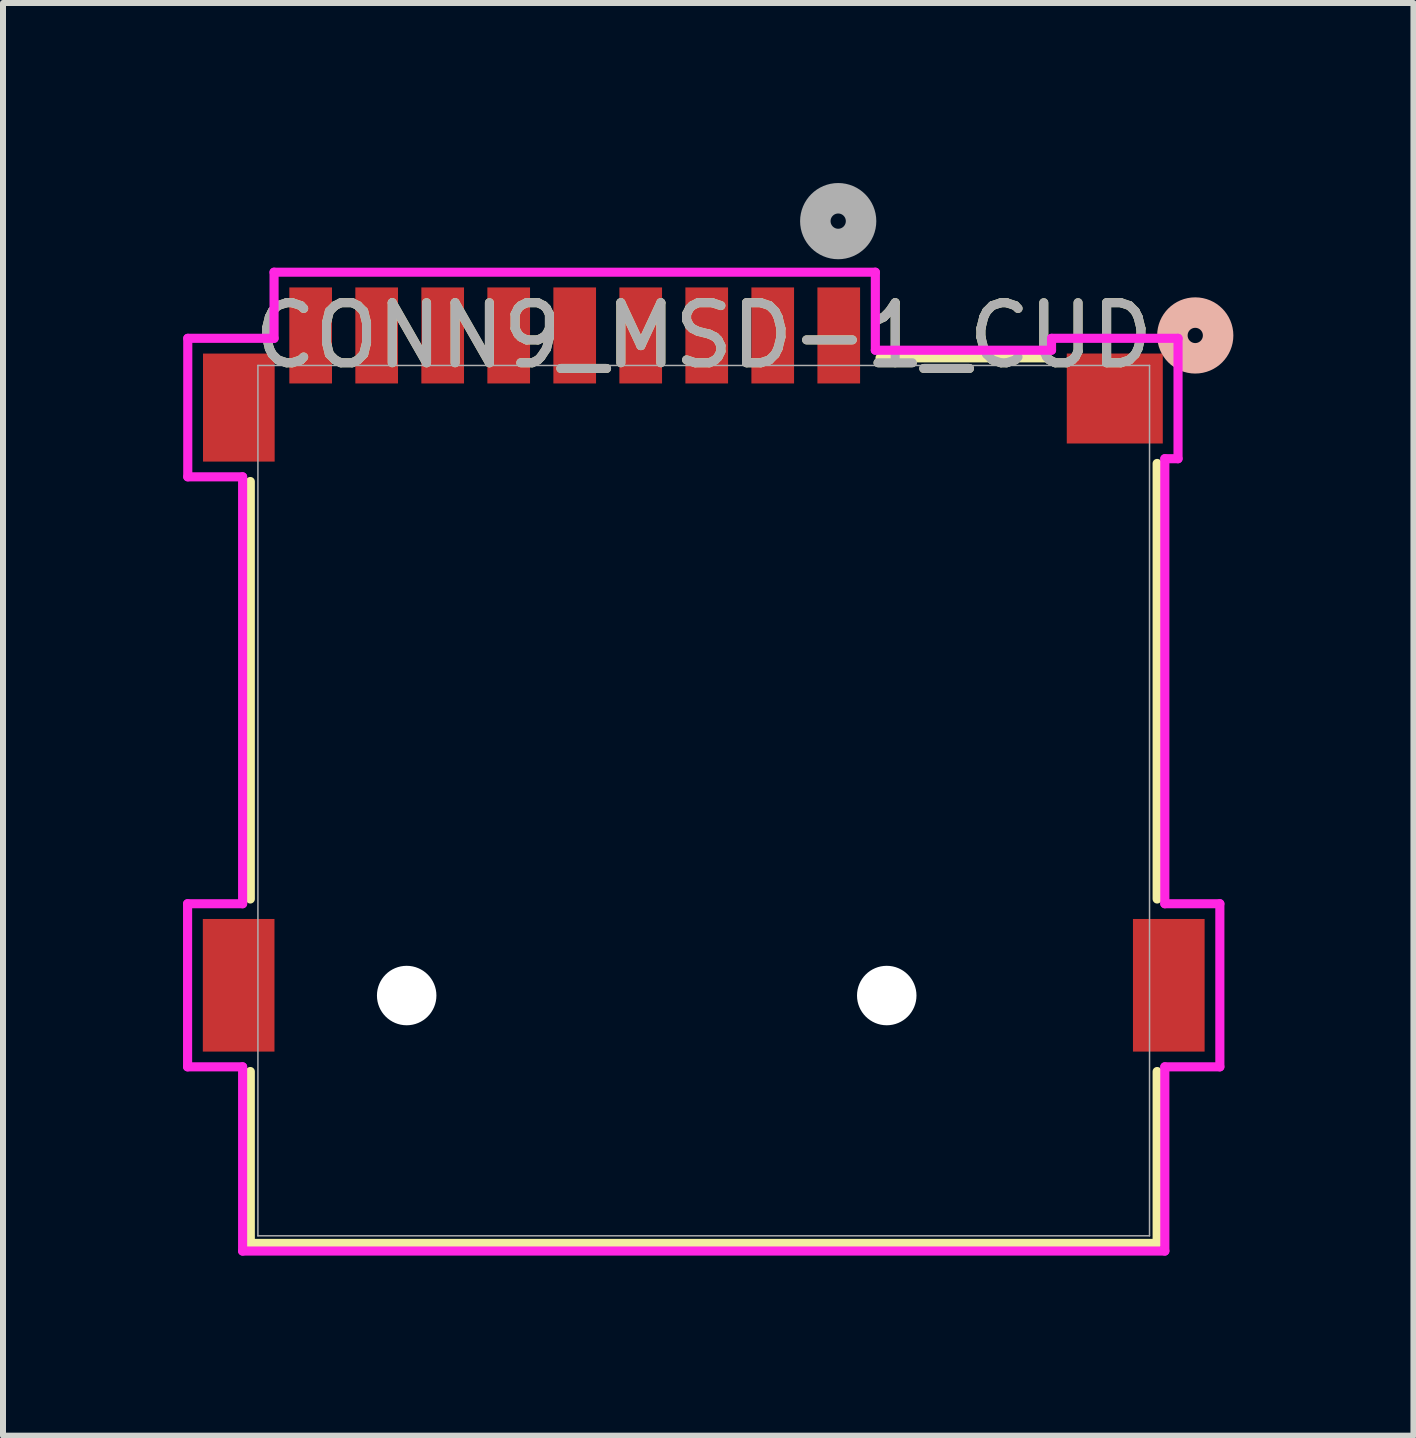
<source format=kicad_pcb>
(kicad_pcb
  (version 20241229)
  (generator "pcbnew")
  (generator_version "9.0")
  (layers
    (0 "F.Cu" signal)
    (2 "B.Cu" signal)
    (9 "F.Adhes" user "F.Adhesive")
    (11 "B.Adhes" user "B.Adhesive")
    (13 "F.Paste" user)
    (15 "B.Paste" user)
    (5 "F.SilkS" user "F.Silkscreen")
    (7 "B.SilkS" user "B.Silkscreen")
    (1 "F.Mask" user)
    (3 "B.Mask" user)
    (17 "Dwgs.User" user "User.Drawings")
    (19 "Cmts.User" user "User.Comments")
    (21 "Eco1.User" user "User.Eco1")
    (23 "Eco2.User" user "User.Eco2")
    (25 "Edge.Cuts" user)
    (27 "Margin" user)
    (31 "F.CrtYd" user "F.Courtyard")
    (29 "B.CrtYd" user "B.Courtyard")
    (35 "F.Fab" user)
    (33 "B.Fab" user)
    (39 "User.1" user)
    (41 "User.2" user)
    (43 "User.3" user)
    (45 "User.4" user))
  (footprint "CONN9_MSD-1_CUD"
    (layer "F.Cu")
    (at 8.677 10.292)
    (property "Reference" "CONN9_MSD-1_CUD" (at 0 -7.752 0) (unlocked yes) (layer "F.SilkS") (effects (font (size 1 1) (thickness 0.15))))
    (attr smd)
    (fp_line (start -7.556 1.639) (end -7.556 -5.318) (stroke (width 0.152) (type solid)) (layer "F.SilkS"))
    (fp_line (start -7.556 7.379) (end -7.556 4.514) (stroke (width 0.152) (type solid)) (layer "F.SilkS"))
    (fp_line (start 2.938 -7.379) (end 5.717 -7.379) (stroke (width 0.152) (type solid)) (layer "F.SilkS"))
    (fp_line (start 7.556 -5.619) (end 7.556 1.639) (stroke (width 0.152) (type solid)) (layer "F.SilkS"))
    (fp_line (start 7.556 4.514) (end 7.556 7.379) (stroke (width 0.152) (type solid)) (layer "F.SilkS"))
    (fp_line (start 7.556 7.379) (end -7.556 7.379) (stroke (width 0.152) (type solid)) (layer "F.SilkS"))
    (fp_circle (center 8.191 -7.752) (end 8.572 -7.752) (stroke (width 0.508) (type solid)) (fill no) (layer "B.SilkS"))
    (fp_line (start -8.601 1.718) (end -8.601 4.436) (stroke (width 0.152) (type solid)) (layer "F.CrtYd"))
    (fp_line (start -8.601 4.436) (end -7.684 4.436) (stroke (width 0.152) (type solid)) (layer "F.CrtYd"))
    (fp_line (start -8.598 -7.704) (end -8.598 -5.396) (stroke (width 0.152) (type solid)) (layer "F.CrtYd"))
    (fp_line (start -8.598 -5.396) (end -7.684 -5.396) (stroke (width 0.152) (type solid)) (layer "F.CrtYd"))
    (fp_line (start -7.684 -5.396) (end -7.684 1.718) (stroke (width 0.152) (type solid)) (layer "F.CrtYd"))
    (fp_line (start -7.684 1.718) (end -8.601 1.718) (stroke (width 0.152) (type solid)) (layer "F.CrtYd"))
    (fp_line (start -7.684 4.436) (end -7.684 7.506) (stroke (width 0.152) (type solid)) (layer "F.CrtYd"))
    (fp_line (start -7.684 7.506) (end 7.684 7.506) (stroke (width 0.152) (type solid)) (layer "F.CrtYd"))
    (fp_line (start -7.16 -8.806) (end -7.16 -7.704) (stroke (width 0.152) (type solid)) (layer "F.CrtYd"))
    (fp_line (start -7.16 -7.704) (end -8.598 -7.704) (stroke (width 0.152) (type solid)) (layer "F.CrtYd"))
    (fp_line (start 2.86 -8.806) (end -7.16 -8.806) (stroke (width 0.152) (type solid)) (layer "F.CrtYd"))
    (fp_line (start 2.86 -7.506) (end 2.86 -8.806) (stroke (width 0.152) (type solid)) (layer "F.CrtYd"))
    (fp_line (start 5.796 -7.704) (end 5.796 -7.506) (stroke (width 0.152) (type solid)) (layer "F.CrtYd"))
    (fp_line (start 5.796 -7.506) (end 2.86 -7.506) (stroke (width 0.152) (type solid)) (layer "F.CrtYd"))
    (fp_line (start 7.684 -5.698) (end 7.904 -5.698) (stroke (width 0.152) (type solid)) (layer "F.CrtYd"))
    (fp_line (start 7.684 1.718) (end 7.684 -5.698) (stroke (width 0.152) (type solid)) (layer "F.CrtYd"))
    (fp_line (start 7.684 4.436) (end 8.601 4.436) (stroke (width 0.152) (type solid)) (layer "F.CrtYd"))
    (fp_line (start 7.684 7.506) (end 7.684 4.436) (stroke (width 0.152) (type solid)) (layer "F.CrtYd"))
    (fp_line (start 7.904 -7.704) (end 5.796 -7.704) (stroke (width 0.152) (type solid)) (layer "F.CrtYd"))
    (fp_line (start 7.904 -5.698) (end 7.904 -7.704) (stroke (width 0.152) (type solid)) (layer "F.CrtYd"))
    (fp_line (start 8.601 1.718) (end 7.684 1.718) (stroke (width 0.152) (type solid)) (layer "F.CrtYd"))
    (fp_line (start 8.601 4.436) (end 8.601 1.718) (stroke (width 0.152) (type solid)) (layer "F.CrtYd"))
    (fp_line (start -7.429 -7.252) (end -7.429 7.252) (stroke (width 0.025) (type solid)) (layer "F.Fab"))
    (fp_line (start -7.429 7.252) (end 7.429 7.252) (stroke (width 0.025) (type solid)) (layer "F.Fab"))
    (fp_line (start 7.429 -7.252) (end -7.429 -7.252) (stroke (width 0.025) (type solid)) (layer "F.Fab"))
    (fp_line (start 7.429 7.252) (end 7.429 -7.252) (stroke (width 0.025) (type solid)) (layer "F.Fab"))
    (fp_circle (center 2.241 -9.657) (end 2.622 -9.657) (stroke (width 0.508) (type solid)) (fill no) (layer "F.Fab"))
    (fp_text user "${REFERENCE}" (at 0 -7.752 0) (unlocked yes) (layer "F.Fab") (effects (font (size 1 1) (thickness 0.15))))
    (pad "" np_thru_hole circle (at -4.95 3.248) (size 0.991 0.991) (drill 0.991) (layers "*.Cu" "*.Mask"))
    (pad "" np_thru_hole circle (at 3.05 3.248) (size 0.991 0.991) (drill 0.991) (layers "*.Cu" "*.Mask"))
    (pad "1" smd rect (at 2.25 -7.752) (size 0.711 1.6) (layers "F.Cu" "F.Mask" "F.Paste"))
    (pad "2" smd rect (at 1.15 -7.752) (size 0.711 1.6) (layers "F.Cu" "F.Mask" "F.Paste"))
    (pad "3" smd rect (at 0.05 -7.752) (size 0.711 1.6) (layers "F.Cu" "F.Mask" "F.Paste"))
    (pad "4" smd rect (at -1.05 -7.752) (size 0.711 1.6) (layers "F.Cu" "F.Mask" "F.Paste"))
    (pad "5" smd rect (at -2.15 -7.752) (size 0.711 1.6) (layers "F.Cu" "F.Mask" "F.Paste"))
    (pad "6" smd rect (at -3.25 -7.752) (size 0.711 1.6) (layers "F.Cu" "F.Mask" "F.Paste"))
    (pad "7" smd rect (at -4.35 -7.752) (size 0.711 1.6) (layers "F.Cu" "F.Mask" "F.Paste"))
    (pad "8" smd rect (at -5.45 -7.752) (size 0.711 1.6) (layers "F.Cu" "F.Mask" "F.Paste"))
    (pad "10" smd rect (at -7.75 3.077) (size 1.194 2.21) (layers "F.Cu" "F.Mask" "F.Paste"))
    (pad "11" smd rect (at 7.75 3.077) (size 1.194 2.21) (layers "F.Cu" "F.Mask" "F.Paste"))
    (pad "12" smd rect (at -7.747 -6.55) (size 1.194 1.8) (layers "F.Cu" "F.Mask" "F.Paste"))
    (pad "13" smd rect (at 6.85 -6.701) (size 1.6 1.499) (layers "F.Cu" "F.Mask" "F.Paste"))
    (pad "CD" smd rect (at -6.55 -7.752) (size 0.711 1.6) (layers "F.Cu" "F.Mask" "F.Paste")))
  (gr_rect
    (start -3 -3)
    (end 20.504 20.874)
    (stroke (width 0.1) (type default))
    (fill no)
    (layer "Edge.Cuts")))
</source>
